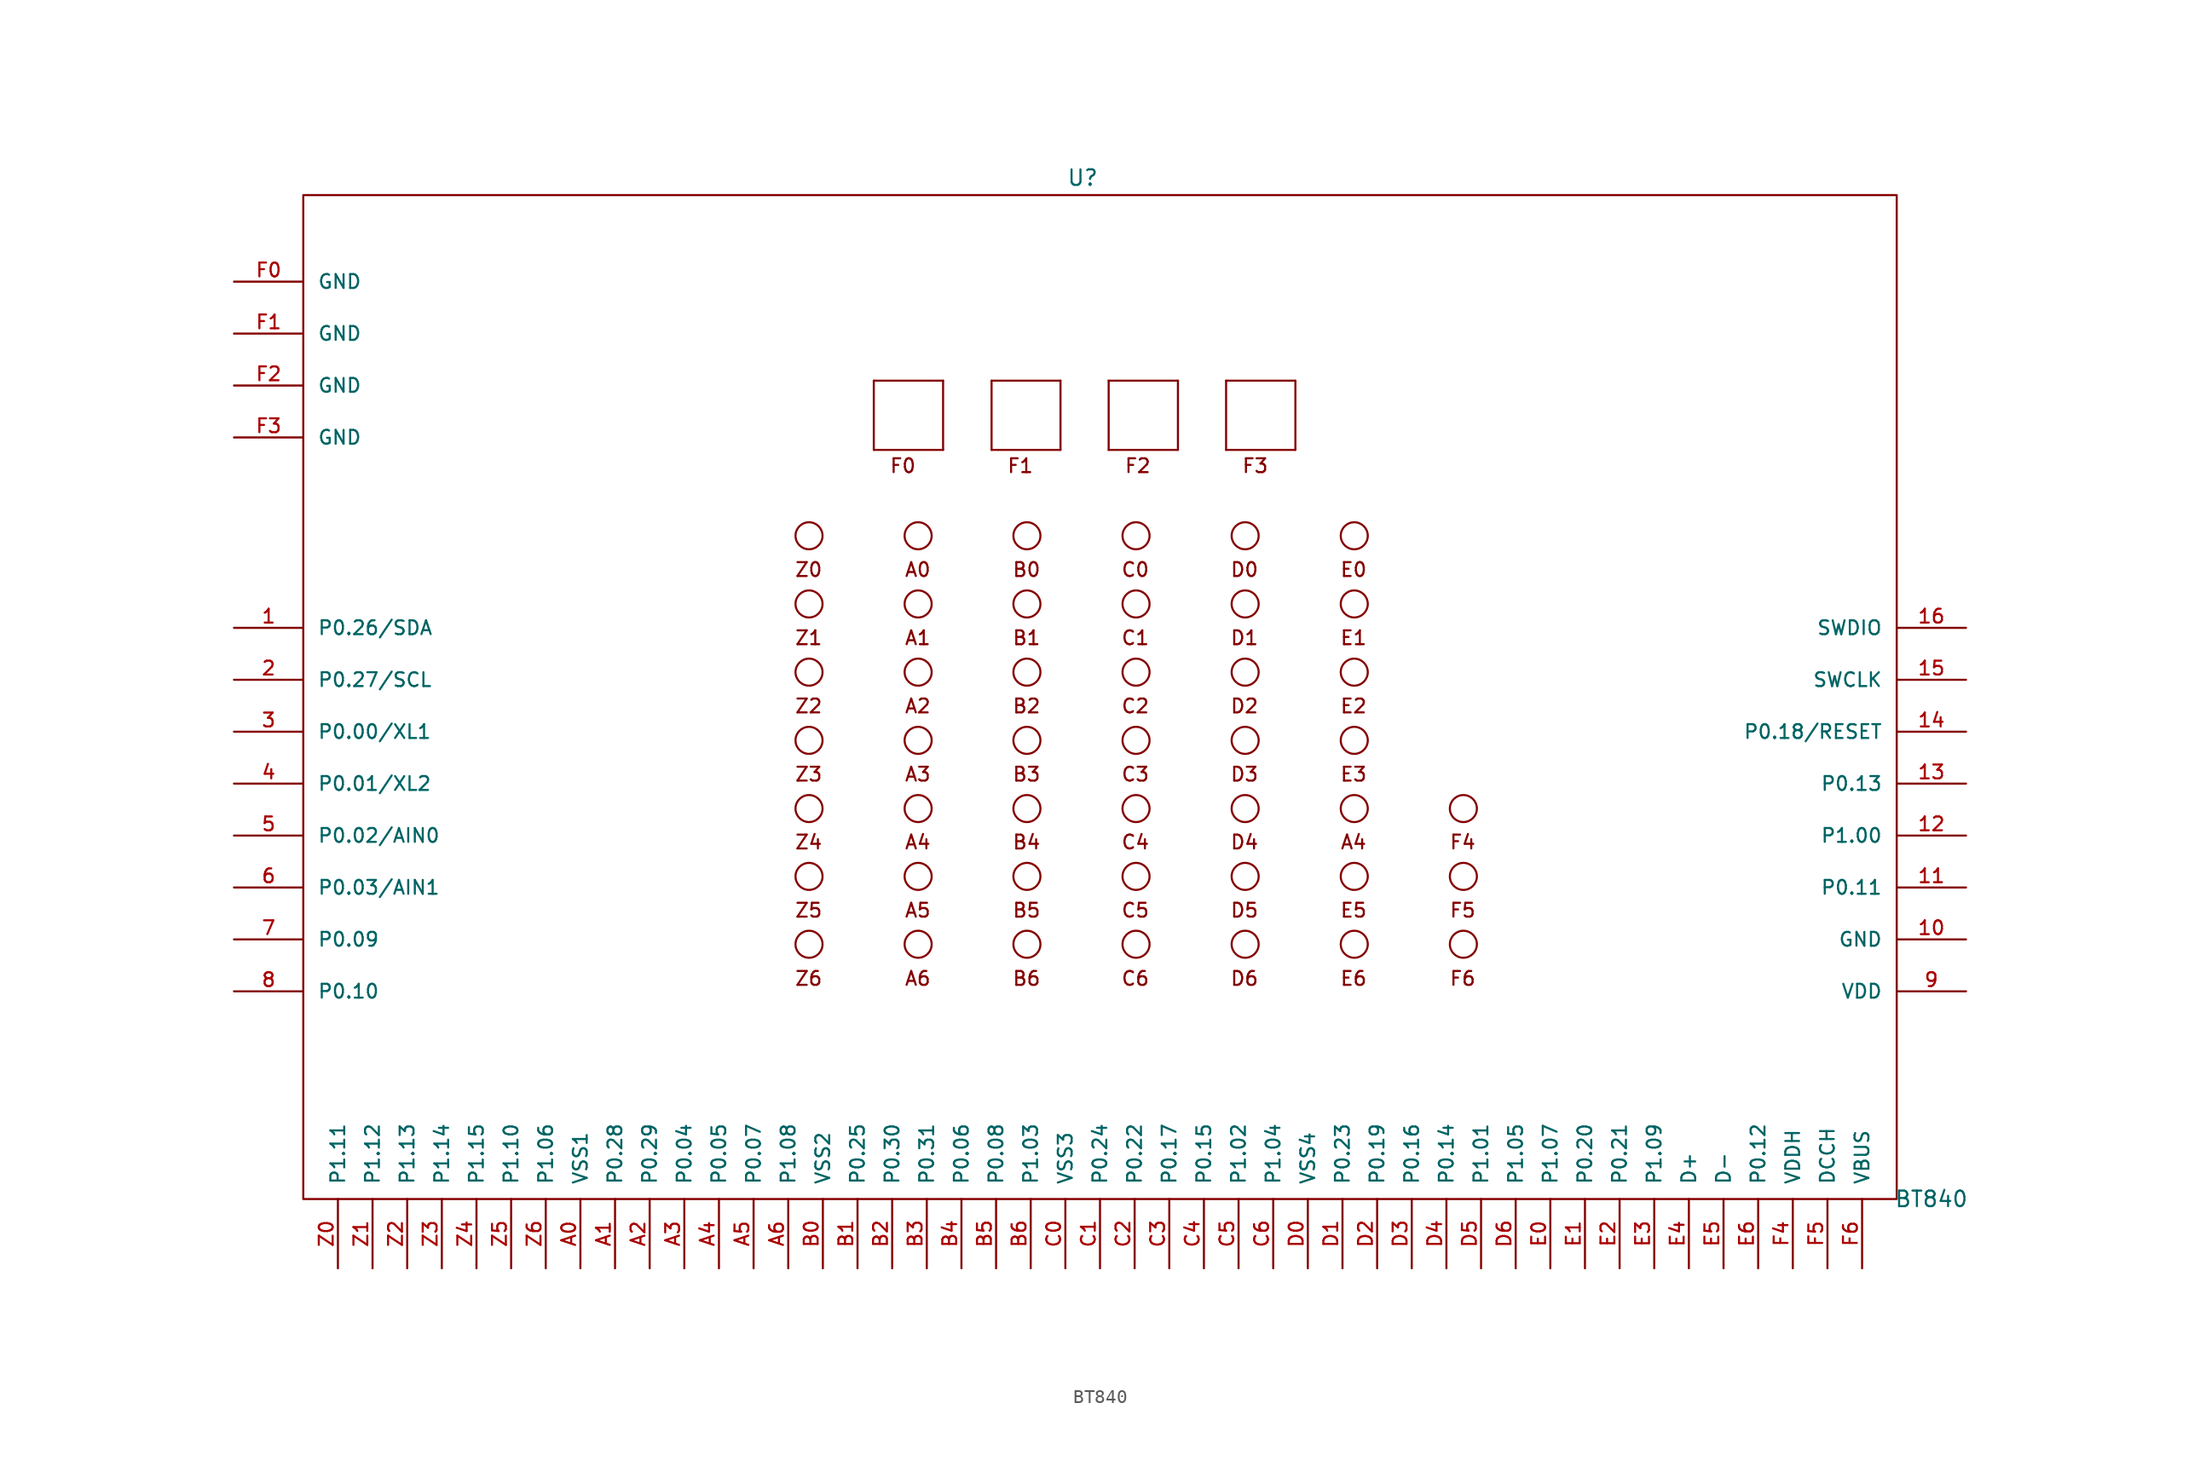
<source format=kicad_sym>
(kicad_symbol_lib
  (version 20220914)
  (generator kicad_symbol_editor)
  (symbol "BT840"
    (pin_names
      (offset 1.016))
    (property "Reference" "U"
      (at 0 48.26 0)
      (effects (font (size 1.143 1.143))))
    (property "Value" "BT840"
      (at 62.23 -26.67 0)
      (effects (font (size 1.143 1.143))))
    (property "ki_locked" ""
      (at 0 0 0)
      (effects (font (size 1.27 1.27))))
    (symbol "BT840_0_1"
      (rectangle (start -57.15 46.99) (end 59.69 -26.67) (stroke (width 0) (type solid)) (fill (type none))))
    (symbol "BT840_1_0"
      (polyline (pts (xy -15.316 28.296) (xy -15.316 33.376)) (stroke (width 0) (type solid)) (fill (type none)))
      (polyline (pts (xy -15.316 33.376) (xy -10.236 33.376)) (stroke (width 0) (type solid)) (fill (type none)))
      (polyline (pts (xy -10.236 28.296) (xy -15.316 28.296)) (stroke (width 0) (type solid)) (fill (type none)))
      (polyline (pts (xy -10.236 33.376) (xy -10.236 28.296)) (stroke (width 0) (type solid)) (fill (type none)))
      (polyline (pts (xy -6.68 28.296) (xy -6.68 33.376)) (stroke (width 0) (type solid)) (fill (type none)))
      (polyline (pts (xy -6.68 33.376) (xy -1.626 33.376)) (stroke (width 0) (type solid)) (fill (type none)))
      (polyline (pts (xy -1.626 28.296) (xy -6.68 28.296)) (stroke (width 0) (type solid)) (fill (type none)))
      (polyline (pts (xy -1.626 33.376) (xy -1.626 28.296)) (stroke (width 0) (type solid)) (fill (type none)))
      (polyline (pts (xy 1.905 28.296) (xy 1.905 33.376)) (stroke (width 0) (type solid)) (fill (type none)))
      (polyline (pts (xy 1.905 33.376) (xy 6.985 33.376)) (stroke (width 0) (type solid)) (fill (type none)))
      (polyline (pts (xy 6.985 28.296) (xy 1.905 28.296)) (stroke (width 0) (type solid)) (fill (type none)))
      (polyline (pts (xy 6.985 33.376) (xy 6.985 28.296)) (stroke (width 0) (type solid)) (fill (type none)))
      (polyline (pts (xy 10.516 28.296) (xy 10.516 33.376)) (stroke (width 0) (type solid)) (fill (type none)))
      (polyline (pts (xy 10.516 33.376) (xy 15.596 33.376)) (stroke (width 0) (type solid)) (fill (type none)))
      (polyline (pts (xy 15.596 28.296) (xy 10.516 28.296)) (stroke (width 0) (type solid)) (fill (type none)))
      (polyline (pts (xy 15.596 33.376) (xy 15.596 28.296)) (stroke (width 0) (type solid)) (fill (type none)))
      (text "A0" (at -12.09 19.507 0) (effects (font (size 1.016 1.016))))
      (text "A1" (at -12.09 14.503 0) (effects (font (size 1.016 1.016))))
      (text "A2" (at -12.09 9.5 0) (effects (font (size 1.016 1.016))))
      (text "A3" (at -12.09 4.496 0) (effects (font (size 1.016 1.016))))
      (text "A4" (at -12.09 -0.483 0) (effects (font (size 1.016 1.016))))
      (text "A4" (at 19.863 -0.483 0) (effects (font (size 1.016 1.016))))
      (text "A5" (at -12.09 -5.486 0) (effects (font (size 1.016 1.016))))
      (text "A6" (at -12.09 -10.49 0) (effects (font (size 1.016 1.016))))
      (text "B0" (at -4.115 19.507 0) (effects (font (size 1.016 1.016))))
      (text "B1" (at -4.115 14.503 0) (effects (font (size 1.016 1.016))))
      (text "B2" (at -4.115 9.5 0) (effects (font (size 1.016 1.016))))
      (text "B3" (at -4.115 4.496 0) (effects (font (size 1.016 1.016))))
      (text "B4" (at -4.115 -0.483 0) (effects (font (size 1.016 1.016))))
      (text "B5" (at -4.115 -5.486 0) (effects (font (size 1.016 1.016))))
      (text "B6" (at -4.115 -10.49 0) (effects (font (size 1.016 1.016))))
      (text "C0" (at 3.861 19.507 0) (effects (font (size 1.016 1.016))))
      (text "C1" (at 3.861 14.503 0) (effects (font (size 1.016 1.016))))
      (text "C2" (at 3.861 9.5 0) (effects (font (size 1.016 1.016))))
      (text "C3" (at 3.861 4.496 0) (effects (font (size 1.016 1.016))))
      (text "C4" (at 3.861 -0.483 0) (effects (font (size 1.016 1.016))))
      (text "C5" (at 3.861 -5.486 0) (effects (font (size 1.016 1.016))))
      (text "C6" (at 3.861 -10.49 0) (effects (font (size 1.016 1.016))))
      (text "D0" (at 11.862 19.507 0) (effects (font (size 1.016 1.016))))
      (text "D1" (at 11.862 14.503 0) (effects (font (size 1.016 1.016))))
      (text "D2" (at 11.862 9.5 0) (effects (font (size 1.016 1.016))))
      (text "D3" (at 11.862 4.496 0) (effects (font (size 1.016 1.016))))
      (text "D4" (at 11.862 -0.483 0) (effects (font (size 1.016 1.016))))
      (text "D5" (at 11.862 -5.486 0) (effects (font (size 1.016 1.016))))
      (text "D6" (at 11.862 -10.49 0) (effects (font (size 1.016 1.016))))
      (text "E0" (at 19.863 19.507 0) (effects (font (size 1.016 1.016))))
      (text "E1" (at 19.863 14.503 0) (effects (font (size 1.016 1.016))))
      (text "E2" (at 19.863 9.5 0) (effects (font (size 1.016 1.016))))
      (text "E3" (at 19.863 4.496 0) (effects (font (size 1.016 1.016))))
      (text "E5" (at 19.863 -5.486 0) (effects (font (size 1.016 1.016))))
      (text "E6" (at 19.863 -10.49 0) (effects (font (size 1.016 1.016))))
      (text "F0" (at -13.183 27.127 0) (effects (font (size 1.016 1.016))))
      (text "F1" (at -4.572 27.127 0) (effects (font (size 1.016 1.016))))
      (text "F2" (at 4.039 27.127 0) (effects (font (size 1.016 1.016))))
      (text "F3" (at 12.649 27.127 0) (effects (font (size 1.016 1.016))))
      (text "F4" (at 27.864 -0.483 0) (effects (font (size 1.016 1.016))))
      (text "F5" (at 27.864 -5.486 0) (effects (font (size 1.016 1.016))))
      (text "F6" (at 27.864 -10.49 0) (effects (font (size 1.016 1.016))))
      (text "Z0" (at -20.091 19.507 0) (effects (font (size 1.016 1.016))))
      (text "Z1" (at -20.091 14.503 0) (effects (font (size 1.016 1.016))))
      (text "Z2" (at -20.091 9.5 0) (effects (font (size 1.016 1.016))))
      (text "Z3" (at -20.091 4.496 0) (effects (font (size 1.016 1.016))))
      (text "Z4" (at -20.091 -0.483 0) (effects (font (size 1.016 1.016))))
      (text "Z5" (at -20.091 -5.486 0) (effects (font (size 1.016 1.016))))
      (text "Z6" (at -20.091 -10.49 0) (effects (font (size 1.016 1.016)))))
    (symbol "BT840_1_1"
      (circle (center -20.066 -7.976) (radius 0.991) (stroke (width 0) (type solid)) (fill (type none)))
      (circle (center -20.066 -2.997) (radius 0.991) (stroke (width 0) (type solid)) (fill (type none)))
      (circle (center -20.066 1.981) (radius 0.991) (stroke (width 0) (type solid)) (fill (type none)))
      (circle (center -20.066 6.985) (radius 0.991) (stroke (width 0) (type solid)) (fill (type none)))
      (circle (center -20.066 11.989) (radius 0.991) (stroke (width 0) (type solid)) (fill (type none)))
      (circle (center -20.066 16.993) (radius 0.991) (stroke (width 0) (type solid)) (fill (type none)))
      (circle (center -20.066 21.996) (radius 0.991) (stroke (width 0) (type solid)) (fill (type none)))
      (circle (center -12.065 -7.976) (radius 0.991) (stroke (width 0) (type solid)) (fill (type none)))
      (circle (center -12.065 -2.997) (radius 0.991) (stroke (width 0) (type solid)) (fill (type none)))
      (circle (center -12.065 1.981) (radius 0.991) (stroke (width 0) (type solid)) (fill (type none)))
      (circle (center -12.065 6.985) (radius 0.991) (stroke (width 0) (type solid)) (fill (type none)))
      (circle (center -12.065 11.989) (radius 0.991) (stroke (width 0) (type solid)) (fill (type none)))
      (circle (center -12.065 16.993) (radius 0.991) (stroke (width 0) (type solid)) (fill (type none)))
      (circle (center -12.065 21.996) (radius 0.991) (stroke (width 0) (type solid)) (fill (type none)))
      (circle (center -4.089 -7.976) (radius 0.991) (stroke (width 0) (type solid)) (fill (type none)))
      (circle (center -4.089 -2.997) (radius 0.991) (stroke (width 0) (type solid)) (fill (type none)))
      (circle (center -4.089 1.981) (radius 0.991) (stroke (width 0) (type solid)) (fill (type none)))
      (circle (center -4.089 6.985) (radius 0.991) (stroke (width 0) (type solid)) (fill (type none)))
      (circle (center -4.089 11.989) (radius 0.991) (stroke (width 0) (type solid)) (fill (type none)))
      (circle (center -4.089 16.993) (radius 0.991) (stroke (width 0) (type solid)) (fill (type none)))
      (circle (center -4.089 21.996) (radius 0.991) (stroke (width 0) (type solid)) (fill (type none)))
      (circle (center 3.912 -7.976) (radius 0.991) (stroke (width 0) (type solid)) (fill (type none)))
      (circle (center 3.912 -2.997) (radius 0.991) (stroke (width 0) (type solid)) (fill (type none)))
      (circle (center 3.912 1.981) (radius 0.991) (stroke (width 0) (type solid)) (fill (type none)))
      (circle (center 3.912 6.985) (radius 0.991) (stroke (width 0) (type solid)) (fill (type none)))
      (circle (center 3.912 11.989) (radius 0.991) (stroke (width 0) (type solid)) (fill (type none)))
      (circle (center 3.912 16.993) (radius 0.991) (stroke (width 0) (type solid)) (fill (type none)))
      (circle (center 3.912 21.996) (radius 0.991) (stroke (width 0) (type solid)) (fill (type none)))
      (circle (center 11.913 -7.976) (radius 0.991) (stroke (width 0) (type solid)) (fill (type none)))
      (circle (center 11.913 -2.997) (radius 0.991) (stroke (width 0) (type solid)) (fill (type none)))
      (circle (center 11.913 1.981) (radius 0.991) (stroke (width 0) (type solid)) (fill (type none)))
      (circle (center 11.913 6.985) (radius 0.991) (stroke (width 0) (type solid)) (fill (type none)))
      (circle (center 11.913 11.989) (radius 0.991) (stroke (width 0) (type solid)) (fill (type none)))
      (circle (center 11.913 16.993) (radius 0.991) (stroke (width 0) (type solid)) (fill (type none)))
      (circle (center 11.913 21.996) (radius 0.991) (stroke (width 0) (type solid)) (fill (type none)))
      (circle (center 19.914 -7.976) (radius 0.991) (stroke (width 0) (type solid)) (fill (type none)))
      (circle (center 19.914 -2.997) (radius 0.991) (stroke (width 0) (type solid)) (fill (type none)))
      (circle (center 19.914 1.981) (radius 0.991) (stroke (width 0) (type solid)) (fill (type none)))
      (circle (center 19.914 6.985) (radius 0.991) (stroke (width 0) (type solid)) (fill (type none)))
      (circle (center 19.914 11.989) (radius 0.991) (stroke (width 0) (type solid)) (fill (type none)))
      (circle (center 19.914 16.993) (radius 0.991) (stroke (width 0) (type solid)) (fill (type none)))
      (circle (center 19.914 21.996) (radius 0.991) (stroke (width 0) (type solid)) (fill (type none)))
      (circle (center 27.915 -7.976) (radius 0.991) (stroke (width 0) (type solid)) (fill (type none)))
      (circle (center 27.915 -2.997) (radius 0.991) (stroke (width 0) (type solid)) (fill (type none)))
      (circle (center 27.915 1.981) (radius 0.991) (stroke (width 0) (type solid)) (fill (type none)))
      (pin bidirectional line (at -62.23 15.24 0) (length 5.08) (name "P0.26/SDA" (effects (font (size 1.016 1.016)))) (number "1" (effects (font (size 1.016 1.016)))))
      (pin bidirectional line (at 64.77 -7.62 180) (length 5.08) (name "GND" (effects (font (size 1.016 1.016)))) (number "10" (effects (font (size 1.016 1.016)))))
      (pin bidirectional line (at 64.77 -3.81 180) (length 5.08) (name "P0.11" (effects (font (size 1.016 1.016)))) (number "11" (effects (font (size 1.016 1.016)))))
      (pin bidirectional line (at 64.77 0 180) (length 5.08) (name "P1.00" (effects (font (size 1.016 1.016)))) (number "12" (effects (font (size 1.016 1.016)))))
      (pin bidirectional line (at 64.77 3.81 180) (length 5.08) (name "P0.13" (effects (font (size 1.016 1.016)))) (number "13" (effects (font (size 1.016 1.016)))))
      (pin bidirectional line (at 64.77 7.62 180) (length 5.08) (name "P0.18/RESET" (effects (font (size 1.016 1.016)))) (number "14" (effects (font (size 1.016 1.016)))))
      (pin bidirectional line (at 64.77 11.43 180) (length 5.08) (name "SWCLK" (effects (font (size 1.016 1.016)))) (number "15" (effects (font (size 1.016 1.016)))))
      (pin bidirectional line (at 64.77 15.24 180) (length 5.08) (name "SWDIO" (effects (font (size 1.016 1.016)))) (number "16" (effects (font (size 1.016 1.016)))))
      (pin bidirectional line (at -62.23 11.43 0) (length 5.08) (name "P0.27/SCL" (effects (font (size 1.016 1.016)))) (number "2" (effects (font (size 1.016 1.016)))))
      (pin bidirectional line (at -62.23 7.62 0) (length 5.08) (name "P0.00/XL1" (effects (font (size 1.016 1.016)))) (number "3" (effects (font (size 1.016 1.016)))))
      (pin bidirectional line (at -62.23 3.81 0) (length 5.08) (name "P0.01/XL2" (effects (font (size 1.016 1.016)))) (number "4" (effects (font (size 1.016 1.016)))))
      (pin bidirectional line (at -62.23 0 0) (length 5.08) (name "P0.02/AIN0" (effects (font (size 1.016 1.016)))) (number "5" (effects (font (size 1.016 1.016)))))
      (pin bidirectional line (at -62.23 -3.81 0) (length 5.08) (name "P0.03/AIN1" (effects (font (size 1.016 1.016)))) (number "6" (effects (font (size 1.016 1.016)))))
      (pin bidirectional line (at -62.23 -7.62 0) (length 5.08) (name "P0.09" (effects (font (size 1.016 1.016)))) (number "7" (effects (font (size 1.016 1.016)))))
      (pin bidirectional line (at -62.23 -11.43 0) (length 5.08) (name "P0.10" (effects (font (size 1.016 1.016)))) (number "8" (effects (font (size 1.016 1.016)))))
      (pin bidirectional line (at 64.77 -11.43 180) (length 5.08) (name "VDD" (effects (font (size 1.016 1.016)))) (number "9" (effects (font (size 1.016 1.016)))))
      (pin bidirectional line (at -36.83 -31.75 90) (length 5.08) (name "VSS1" (effects (font (size 1.016 1.016)))) (number "A0" (effects (font (size 1.016 1.016)))))
      (pin bidirectional line (at -34.29 -31.75 90) (length 5.08) (name "P0.28" (effects (font (size 1.016 1.016)))) (number "A1" (effects (font (size 1.016 1.016)))))
      (pin bidirectional line (at -31.75 -31.75 90) (length 5.08) (name "P0.29" (effects (font (size 1.016 1.016)))) (number "A2" (effects (font (size 1.016 1.016)))))
      (pin bidirectional line (at -29.21 -31.75 90) (length 5.08) (name "P0.04" (effects (font (size 1.016 1.016)))) (number "A3" (effects (font (size 1.016 1.016)))))
      (pin bidirectional line (at -26.67 -31.75 90) (length 5.08) (name "P0.05" (effects (font (size 1.016 1.016)))) (number "A4" (effects (font (size 1.016 1.016)))))
      (pin bidirectional line (at -24.13 -31.75 90) (length 5.08) (name "P0.07" (effects (font (size 1.016 1.016)))) (number "A5" (effects (font (size 1.016 1.016)))))
      (pin bidirectional line (at -21.59 -31.75 90) (length 5.08) (name "P1.08" (effects (font (size 1.016 1.016)))) (number "A6" (effects (font (size 1.016 1.016)))))
      (pin bidirectional line (at -19.05 -31.75 90) (length 5.08) (name "VSS2" (effects (font (size 1.016 1.016)))) (number "B0" (effects (font (size 1.016 1.016)))))
      (pin bidirectional line (at -16.51 -31.75 90) (length 5.08) (name "P0.25" (effects (font (size 1.016 1.016)))) (number "B1" (effects (font (size 1.016 1.016)))))
      (pin bidirectional line (at -13.97 -31.75 90) (length 5.08) (name "P0.30" (effects (font (size 1.016 1.016)))) (number "B2" (effects (font (size 1.016 1.016)))))
      (pin bidirectional line (at -11.43 -31.75 90) (length 5.08) (name "P0.31" (effects (font (size 1.016 1.016)))) (number "B3" (effects (font (size 1.016 1.016)))))
      (pin bidirectional line (at -8.89 -31.75 90) (length 5.08) (name "P0.06" (effects (font (size 1.016 1.016)))) (number "B4" (effects (font (size 1.016 1.016)))))
      (pin bidirectional line (at -6.35 -31.75 90) (length 5.08) (name "P0.08" (effects (font (size 1.016 1.016)))) (number "B5" (effects (font (size 1.016 1.016)))))
      (pin bidirectional line (at -3.81 -31.75 90) (length 5.08) (name "P1.03" (effects (font (size 1.016 1.016)))) (number "B6" (effects (font (size 1.016 1.016)))))
      (pin bidirectional line (at -1.27 -31.75 90) (length 5.08) (name "VSS3" (effects (font (size 1.016 1.016)))) (number "C0" (effects (font (size 1.016 1.016)))))
      (pin bidirectional line (at 1.27 -31.75 90) (length 5.08) (name "P0.24" (effects (font (size 1.016 1.016)))) (number "C1" (effects (font (size 1.016 1.016)))))
      (pin bidirectional line (at 3.81 -31.75 90) (length 5.08) (name "P0.22" (effects (font (size 1.016 1.016)))) (number "C2" (effects (font (size 1.016 1.016)))))
      (pin bidirectional line (at 6.35 -31.75 90) (length 5.08) (name "P0.17" (effects (font (size 1.016 1.016)))) (number "C3" (effects (font (size 1.016 1.016)))))
      (pin bidirectional line (at 8.89 -31.75 90) (length 5.08) (name "P0.15" (effects (font (size 1.016 1.016)))) (number "C4" (effects (font (size 1.016 1.016)))))
      (pin bidirectional line (at 11.43 -31.75 90) (length 5.08) (name "P1.02" (effects (font (size 1.016 1.016)))) (number "C5" (effects (font (size 1.016 1.016)))))
      (pin bidirectional line (at 13.97 -31.75 90) (length 5.08) (name "P1.04" (effects (font (size 1.016 1.016)))) (number "C6" (effects (font (size 1.016 1.016)))))
      (pin bidirectional line (at 16.51 -31.75 90) (length 5.08) (name "VSS4" (effects (font (size 1.016 1.016)))) (number "D0" (effects (font (size 1.016 1.016)))))
      (pin bidirectional line (at 19.05 -31.75 90) (length 5.08) (name "P0.23" (effects (font (size 1.016 1.016)))) (number "D1" (effects (font (size 1.016 1.016)))))
      (pin bidirectional line (at 21.59 -31.75 90) (length 5.08) (name "P0.19" (effects (font (size 1.016 1.016)))) (number "D2" (effects (font (size 1.016 1.016)))))
      (pin bidirectional line (at 24.13 -31.75 90) (length 5.08) (name "P0.16" (effects (font (size 1.016 1.016)))) (number "D3" (effects (font (size 1.016 1.016)))))
      (pin bidirectional line (at 26.67 -31.75 90) (length 5.08) (name "P0.14" (effects (font (size 1.016 1.016)))) (number "D4" (effects (font (size 1.016 1.016)))))
      (pin bidirectional line (at 29.21 -31.75 90) (length 5.08) (name "P1.01" (effects (font (size 1.016 1.016)))) (number "D5" (effects (font (size 1.016 1.016)))))
      (pin bidirectional line (at 31.75 -31.75 90) (length 5.08) (name "P1.05" (effects (font (size 1.016 1.016)))) (number "D6" (effects (font (size 1.016 1.016)))))
      (pin bidirectional line (at 34.29 -31.75 90) (length 5.08) (name "P1.07" (effects (font (size 1.016 1.016)))) (number "E0" (effects (font (size 1.016 1.016)))))
      (pin bidirectional line (at 36.83 -31.75 90) (length 5.08) (name "P0.20" (effects (font (size 1.016 1.016)))) (number "E1" (effects (font (size 1.016 1.016)))))
      (pin bidirectional line (at 39.37 -31.75 90) (length 5.08) (name "P0.21" (effects (font (size 1.016 1.016)))) (number "E2" (effects (font (size 1.016 1.016)))))
      (pin bidirectional line (at 41.91 -31.75 90) (length 5.08) (name "P1.09" (effects (font (size 1.016 1.016)))) (number "E3" (effects (font (size 1.016 1.016)))))
      (pin bidirectional line (at 44.45 -31.75 90) (length 5.08) (name "D+" (effects (font (size 1.016 1.016)))) (number "E4" (effects (font (size 1.016 1.016)))))
      (pin bidirectional line (at 46.99 -31.75 90) (length 5.08) (name "D-" (effects (font (size 1.016 1.016)))) (number "E5" (effects (font (size 1.016 1.016)))))
      (pin bidirectional line (at 49.53 -31.75 90) (length 5.08) (name "P0.12" (effects (font (size 1.016 1.016)))) (number "E6" (effects (font (size 1.016 1.016)))))
      (pin bidirectional line (at -62.23 40.64 0) (length 5.08) (name "GND" (effects (font (size 1.016 1.016)))) (number "F0" (effects (font (size 1.016 1.016)))))
      (pin bidirectional line (at -62.23 36.83 0) (length 5.08) (name "GND" (effects (font (size 1.016 1.016)))) (number "F1" (effects (font (size 1.016 1.016)))))
      (pin bidirectional line (at -62.23 33.02 0) (length 5.08) (name "GND" (effects (font (size 1.016 1.016)))) (number "F2" (effects (font (size 1.016 1.016)))))
      (pin bidirectional line (at -62.23 29.21 0) (length 5.08) (name "GND" (effects (font (size 1.016 1.016)))) (number "F3" (effects (font (size 1.016 1.016)))))
      (pin bidirectional line (at 52.07 -31.75 90) (length 5.08) (name "VDDH" (effects (font (size 1.016 1.016)))) (number "F4" (effects (font (size 1.016 1.016)))))
      (pin bidirectional line (at 54.61 -31.75 90) (length 5.08) (name "DCCH" (effects (font (size 1.016 1.016)))) (number "F5" (effects (font (size 1.016 1.016)))))
      (pin bidirectional line (at 57.15 -31.75 90) (length 5.08) (name "VBUS" (effects (font (size 1.016 1.016)))) (number "F6" (effects (font (size 1.016 1.016)))))
      (pin bidirectional line (at -54.61 -31.75 90) (length 5.08) (name "P1.11" (effects (font (size 1.016 1.016)))) (number "Z0" (effects (font (size 1.016 1.016)))))
      (pin bidirectional line (at -52.07 -31.75 90) (length 5.08) (name "P1.12" (effects (font (size 1.016 1.016)))) (number "Z1" (effects (font (size 1.016 1.016)))))
      (pin bidirectional line (at -49.53 -31.75 90) (length 5.08) (name "P1.13" (effects (font (size 1.016 1.016)))) (number "Z2" (effects (font (size 1.016 1.016)))))
      (pin bidirectional line (at -46.99 -31.75 90) (length 5.08) (name "P1.14" (effects (font (size 1.016 1.016)))) (number "Z3" (effects (font (size 1.016 1.016)))))
      (pin bidirectional line (at -44.45 -31.75 90) (length 5.08) (name "P1.15" (effects (font (size 1.016 1.016)))) (number "Z4" (effects (font (size 1.016 1.016)))))
      (pin bidirectional line (at -41.91 -31.75 90) (length 5.08) (name "P1.10" (effects (font (size 1.016 1.016)))) (number "Z5" (effects (font (size 1.016 1.016)))))
      (pin bidirectional line (at -39.37 -31.75 90) (length 5.08) (name "P1.06" (effects (font (size 1.016 1.016)))) (number "Z6" (effects (font (size 1.016 1.016))))))))
</source>
